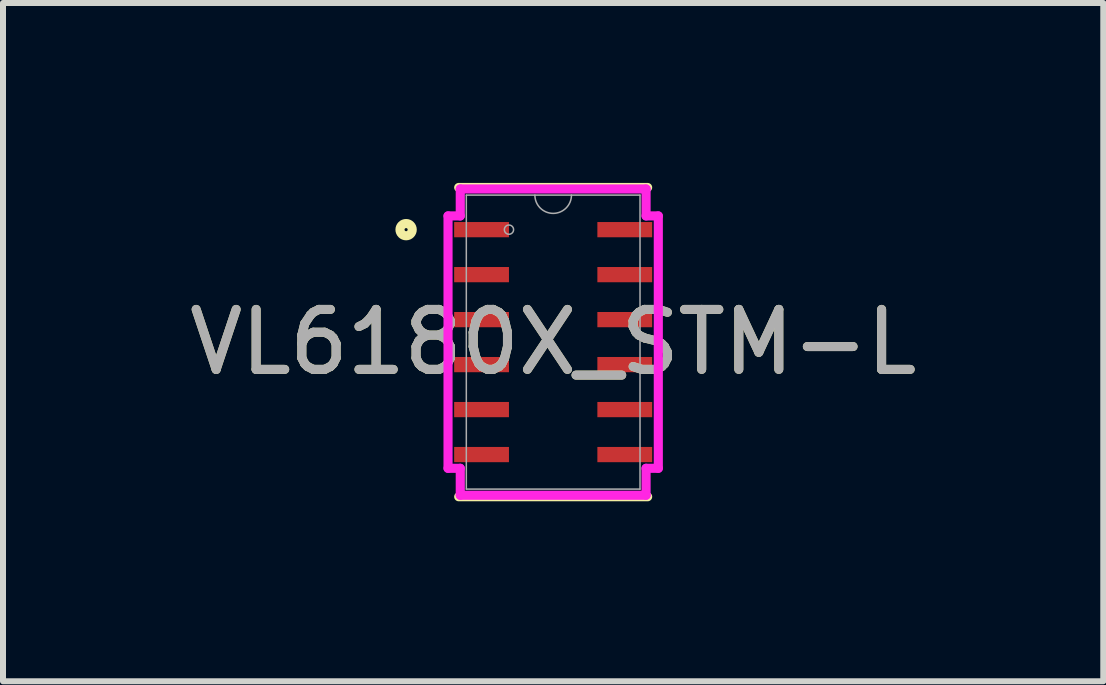
<source format=kicad_pcb>
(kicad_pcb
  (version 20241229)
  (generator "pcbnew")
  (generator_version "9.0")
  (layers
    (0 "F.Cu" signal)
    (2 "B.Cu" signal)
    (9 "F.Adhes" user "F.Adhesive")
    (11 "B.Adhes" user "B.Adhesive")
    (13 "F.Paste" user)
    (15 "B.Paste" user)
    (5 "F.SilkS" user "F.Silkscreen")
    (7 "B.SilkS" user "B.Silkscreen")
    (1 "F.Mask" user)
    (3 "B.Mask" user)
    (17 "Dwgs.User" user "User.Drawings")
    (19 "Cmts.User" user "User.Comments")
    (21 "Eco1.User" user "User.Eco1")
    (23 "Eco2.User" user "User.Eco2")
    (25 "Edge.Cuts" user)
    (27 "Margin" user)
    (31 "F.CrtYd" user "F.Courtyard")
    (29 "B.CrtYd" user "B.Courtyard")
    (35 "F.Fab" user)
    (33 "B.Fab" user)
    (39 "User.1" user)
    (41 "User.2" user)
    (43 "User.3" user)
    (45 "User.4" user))
  (footprint "VL6180X_STM-L"
    (layer "F.Cu")
    (at 6.173 2.654)
    (property "Reference" "VL6180X_STM-L" (at 0 0 0) (unlocked yes) (layer "F.SilkS") (effects (font (size 1 1) (thickness 0.15))))
    (attr smd)
    (fp_line (start -1.575 2.578) (end 1.575 2.578) (stroke (width 0.152) (type solid)) (layer "F.SilkS"))
    (fp_line (start 1.575 -2.578) (end -1.575 -2.578) (stroke (width 0.152) (type solid)) (layer "F.SilkS"))
    (fp_circle (center -2.452 -1.875) (end -2.35 -1.875) (stroke (width 0.152) (type solid)) (fill no) (layer "F.SilkS"))
    (fp_line (start -1.753 -2.104) (end -1.549 -2.104) (stroke (width 0.152) (type solid)) (layer "F.CrtYd"))
    (fp_line (start -1.753 2.104) (end -1.753 -2.104) (stroke (width 0.152) (type solid)) (layer "F.CrtYd"))
    (fp_line (start -1.753 2.104) (end -1.549 2.104) (stroke (width 0.152) (type solid)) (layer "F.CrtYd"))
    (fp_line (start -1.549 -2.553) (end 1.549 -2.553) (stroke (width 0.152) (type solid)) (layer "F.CrtYd"))
    (fp_line (start -1.549 -2.104) (end -1.549 -2.553) (stroke (width 0.152) (type solid)) (layer "F.CrtYd"))
    (fp_line (start -1.549 2.553) (end -1.549 2.104) (stroke (width 0.152) (type solid)) (layer "F.CrtYd"))
    (fp_line (start 1.549 -2.553) (end 1.549 -2.104) (stroke (width 0.152) (type solid)) (layer "F.CrtYd"))
    (fp_line (start 1.549 2.104) (end 1.549 2.553) (stroke (width 0.152) (type solid)) (layer "F.CrtYd"))
    (fp_line (start 1.549 2.553) (end -1.549 2.553) (stroke (width 0.152) (type solid)) (layer "F.CrtYd"))
    (fp_line (start 1.753 -2.104) (end 1.549 -2.104) (stroke (width 0.152) (type solid)) (layer "F.CrtYd"))
    (fp_line (start 1.753 -2.104) (end 1.753 2.104) (stroke (width 0.152) (type solid)) (layer "F.CrtYd"))
    (fp_line (start 1.753 2.104) (end 1.549 2.104) (stroke (width 0.152) (type solid)) (layer "F.CrtYd"))
    (fp_line (start -1.448 -2.451) (end -1.448 2.451) (stroke (width 0.025) (type solid)) (layer "F.Fab"))
    (fp_line (start -1.448 2.451) (end 1.448 2.451) (stroke (width 0.025) (type solid)) (layer "F.Fab"))
    (fp_line (start 1.448 -2.451) (end -1.448 -2.451) (stroke (width 0.025) (type solid)) (layer "F.Fab"))
    (fp_line (start 1.448 2.451) (end 1.448 -2.451) (stroke (width 0.025) (type solid)) (layer "F.Fab"))
    (fp_arc (start 0.3048 -2.4511) (mid 0 -2.1463) (end -0.3048 -2.4511) (stroke (width 0.0254) (type solid)) (layer "F.Fab"))
    (fp_circle (center -0.737 -1.875) (end -0.66 -1.875) (stroke (width 0.025) (type solid)) (fill no) (layer "F.Fab"))
    (fp_text user "${REFERENCE}" (at 0 0 0) (unlocked yes) (layer "F.Fab") (effects (font (size 1 1) (thickness 0.15))))
    (pad "1" smd rect (at -1.194 -1.875) (size 0.914 0.254) (layers "F.Cu" "F.Mask" "F.Paste"))
    (pad "2" smd rect (at -1.194 -1.125) (size 0.914 0.254) (layers "F.Cu" "F.Mask" "F.Paste"))
    (pad "3" smd rect (at -1.194 -0.375) (size 0.914 0.254) (layers "F.Cu" "F.Mask" "F.Paste"))
    (pad "4" smd rect (at -1.194 0.375) (size 0.914 0.254) (layers "F.Cu" "F.Mask" "F.Paste"))
    (pad "5" smd rect (at -1.194 1.125) (size 0.914 0.254) (layers "F.Cu" "F.Mask" "F.Paste"))
    (pad "6" smd rect (at -1.194 1.875) (size 0.914 0.254) (layers "F.Cu" "F.Mask" "F.Paste"))
    (pad "7" smd rect (at 1.194 1.875) (size 0.914 0.254) (layers "F.Cu" "F.Mask" "F.Paste"))
    (pad "8" smd rect (at 1.194 1.125) (size 0.914 0.254) (layers "F.Cu" "F.Mask" "F.Paste"))
    (pad "9" smd rect (at 1.194 0.375) (size 0.914 0.254) (layers "F.Cu" "F.Mask" "F.Paste"))
    (pad "10" smd rect (at 1.194 -0.375) (size 0.914 0.254) (layers "F.Cu" "F.Mask" "F.Paste"))
    (pad "11" smd rect (at 1.194 -1.125) (size 0.914 0.254) (layers "F.Cu" "F.Mask" "F.Paste"))
    (pad "12" smd rect (at 1.194 -1.875) (size 0.914 0.254) (layers "F.Cu" "F.Mask" "F.Paste")))
  (gr_rect
    (start -3 -3)
    (end 15.345 8.309)
    (stroke (width 0.1) (type default))
    (fill no)
    (layer "Edge.Cuts")))
</source>
